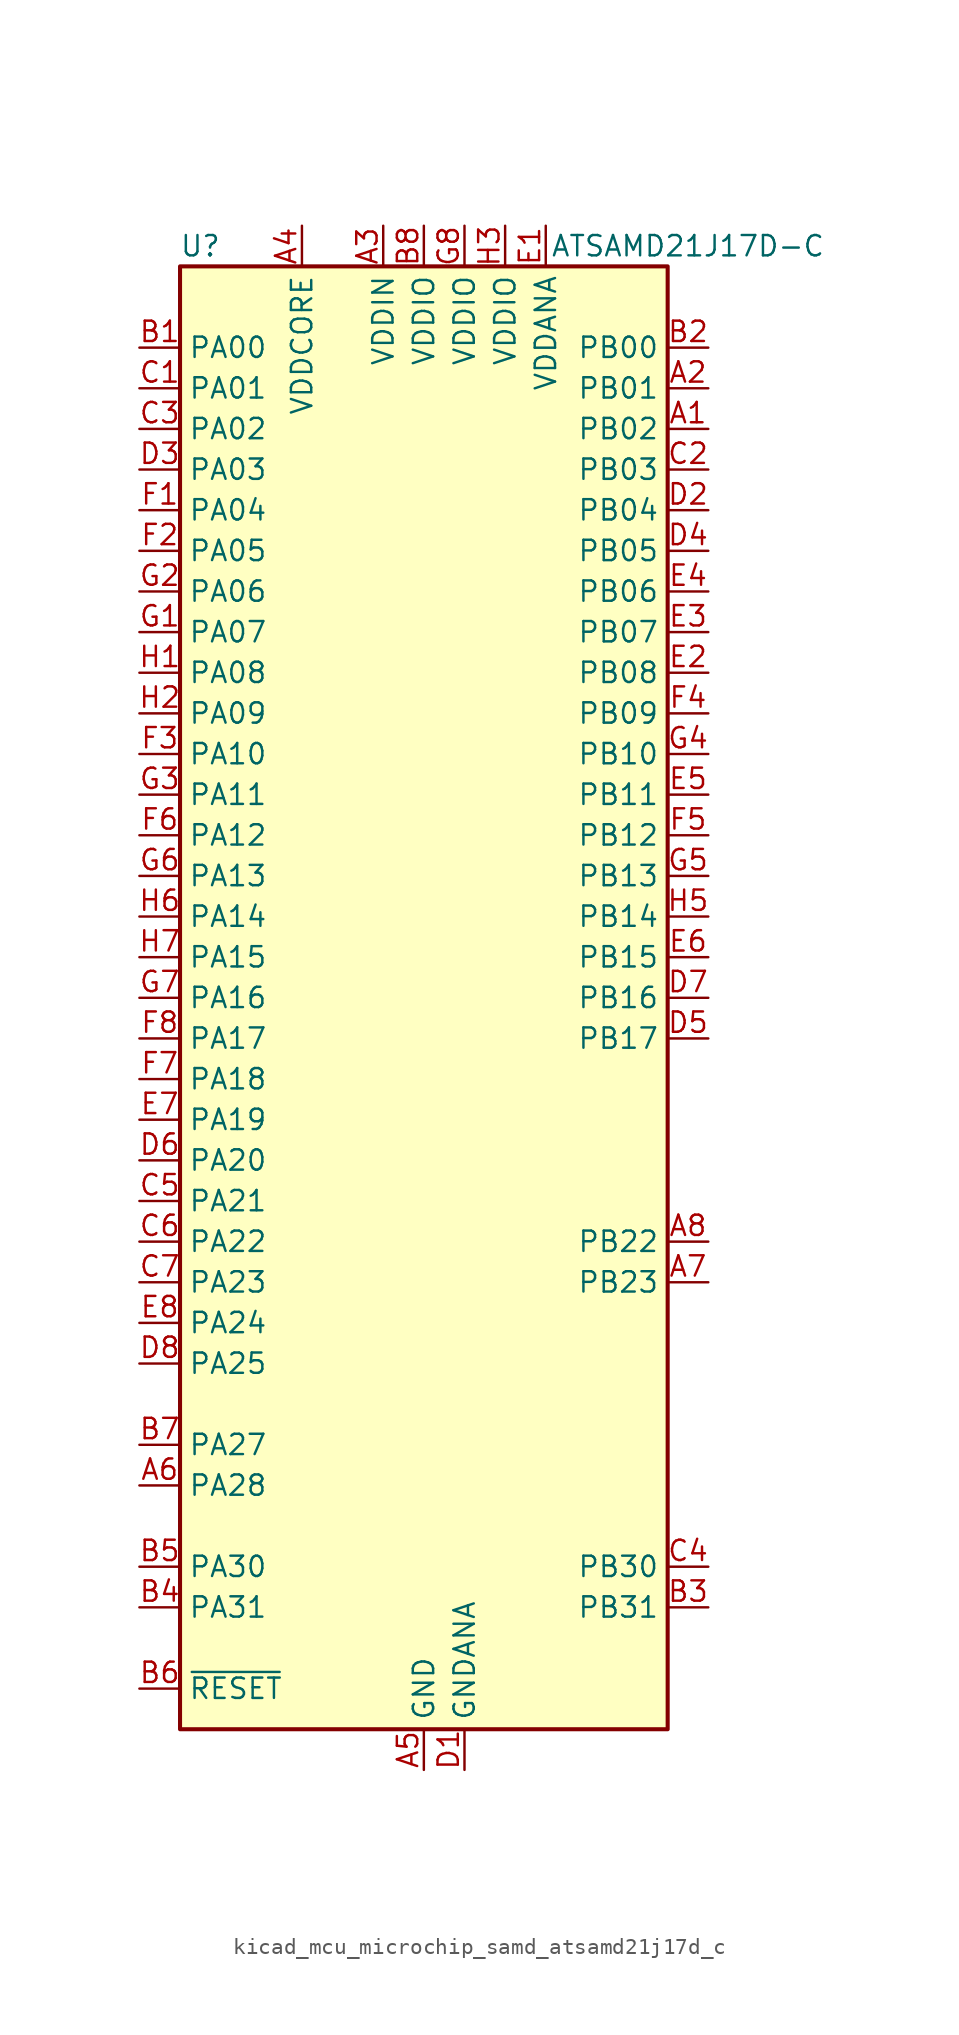
<source format=kicad_sym>
(kicad_symbol_lib
  (version 20220914)
  (generator kicad_symbol_editor)
  (symbol "kicad_mcu_microchip_samd_atsamd21j17d_c"
    (property "Reference" "U"
      (at -13.97 46.99 0)
      (effects (font (size 1.27 1.27))))
    (property "Value" "ATSAMD21J17D-C"
      (at 16.51 46.99 0)
      (effects (font (size 1.27 1.27))))
    (symbol "kicad_mcu_microchip_samd_atsamd21j17d_c_0_1"
      (rectangle (start -15.24 45.72) (end 15.24 -45.72) (stroke (width 0.254) (type default)) (fill (type background))))
    (symbol "kicad_mcu_microchip_samd_atsamd21j17d_c_1_1"
      (pin bidirectional line (at 17.78 35.56 180) (length 2.54) (name "PB02" (effects (font (size 1.27 1.27)))) (number "A1" (effects (font (size 1.27 1.27)))))
      (pin bidirectional line (at 17.78 38.1 180) (length 2.54) (name "PB01" (effects (font (size 1.27 1.27)))) (number "A2" (effects (font (size 1.27 1.27)))))
      (pin power_in line (at -2.54 48.26 270) (length 2.54) (name "VDDIN" (effects (font (size 1.27 1.27)))) (number "A3" (effects (font (size 1.27 1.27)))))
      (pin power_out line (at -7.62 48.26 270) (length 2.54) (name "VDDCORE" (effects (font (size 1.27 1.27)))) (number "A4" (effects (font (size 1.27 1.27)))))
      (pin power_in line (at 0 -48.26 90) (length 2.54) (name "GND" (effects (font (size 1.27 1.27)))) (number "A5" (effects (font (size 1.27 1.27)))))
      (pin bidirectional line (at -17.78 -30.48 0) (length 2.54) (name "PA28" (effects (font (size 1.27 1.27)))) (number "A6" (effects (font (size 1.27 1.27)))))
      (pin bidirectional line (at 17.78 -17.78 180) (length 2.54) (name "PB23" (effects (font (size 1.27 1.27)))) (number "A7" (effects (font (size 1.27 1.27)))))
      (pin bidirectional line (at 17.78 -15.24 180) (length 2.54) (name "PB22" (effects (font (size 1.27 1.27)))) (number "A8" (effects (font (size 1.27 1.27)))))
      (pin bidirectional line (at -17.78 40.64 0) (length 2.54) (name "PA00" (effects (font (size 1.27 1.27)))) (number "B1" (effects (font (size 1.27 1.27)))))
      (pin bidirectional line (at 17.78 40.64 180) (length 2.54) (name "PB00" (effects (font (size 1.27 1.27)))) (number "B2" (effects (font (size 1.27 1.27)))))
      (pin bidirectional line (at 17.78 -38.1 180) (length 2.54) (name "PB31" (effects (font (size 1.27 1.27)))) (number "B3" (effects (font (size 1.27 1.27)))))
      (pin bidirectional line (at -17.78 -38.1 0) (length 2.54) (name "PA31" (effects (font (size 1.27 1.27)))) (number "B4" (effects (font (size 1.27 1.27)))))
      (pin bidirectional line (at -17.78 -35.56 0) (length 2.54) (name "PA30" (effects (font (size 1.27 1.27)))) (number "B5" (effects (font (size 1.27 1.27)))))
      (pin input line (at -17.78 -43.18 0) (length 2.54) (name "~{RESET}" (effects (font (size 1.27 1.27)))) (number "B6" (effects (font (size 1.27 1.27)))))
      (pin bidirectional line (at -17.78 -27.94 0) (length 2.54) (name "PA27" (effects (font (size 1.27 1.27)))) (number "B7" (effects (font (size 1.27 1.27)))))
      (pin power_in line (at 0 48.26 270) (length 2.54) (name "VDDIO" (effects (font (size 1.27 1.27)))) (number "B8" (effects (font (size 1.27 1.27)))))
      (pin bidirectional line (at -17.78 38.1 0) (length 2.54) (name "PA01" (effects (font (size 1.27 1.27)))) (number "C1" (effects (font (size 1.27 1.27)))))
      (pin bidirectional line (at 17.78 33.02 180) (length 2.54) (name "PB03" (effects (font (size 1.27 1.27)))) (number "C2" (effects (font (size 1.27 1.27)))))
      (pin bidirectional line (at -17.78 35.56 0) (length 2.54) (name "PA02" (effects (font (size 1.27 1.27)))) (number "C3" (effects (font (size 1.27 1.27)))))
      (pin bidirectional line (at 17.78 -35.56 180) (length 2.54) (name "PB30" (effects (font (size 1.27 1.27)))) (number "C4" (effects (font (size 1.27 1.27)))))
      (pin bidirectional line (at -17.78 -12.7 0) (length 2.54) (name "PA21" (effects (font (size 1.27 1.27)))) (number "C5" (effects (font (size 1.27 1.27)))))
      (pin bidirectional line (at -17.78 -15.24 0) (length 2.54) (name "PA22" (effects (font (size 1.27 1.27)))) (number "C6" (effects (font (size 1.27 1.27)))))
      (pin bidirectional line (at -17.78 -17.78 0) (length 2.54) (name "PA23" (effects (font (size 1.27 1.27)))) (number "C7" (effects (font (size 1.27 1.27)))))
      (pin passive line (at 0 -48.26 90) (length 2.54) hide (name "GND" (effects (font (size 1.27 1.27)))) (number "C8" (effects (font (size 1.27 1.27)))))
      (pin power_in line (at 2.54 -48.26 90) (length 2.54) (name "GNDANA" (effects (font (size 1.27 1.27)))) (number "D1" (effects (font (size 1.27 1.27)))))
      (pin bidirectional line (at 17.78 30.48 180) (length 2.54) (name "PB04" (effects (font (size 1.27 1.27)))) (number "D2" (effects (font (size 1.27 1.27)))))
      (pin bidirectional line (at -17.78 33.02 0) (length 2.54) (name "PA03" (effects (font (size 1.27 1.27)))) (number "D3" (effects (font (size 1.27 1.27)))))
      (pin bidirectional line (at 17.78 27.94 180) (length 2.54) (name "PB05" (effects (font (size 1.27 1.27)))) (number "D4" (effects (font (size 1.27 1.27)))))
      (pin bidirectional line (at 17.78 -2.54 180) (length 2.54) (name "PB17" (effects (font (size 1.27 1.27)))) (number "D5" (effects (font (size 1.27 1.27)))))
      (pin bidirectional line (at -17.78 -10.16 0) (length 2.54) (name "PA20" (effects (font (size 1.27 1.27)))) (number "D6" (effects (font (size 1.27 1.27)))))
      (pin bidirectional line (at 17.78 0 180) (length 2.54) (name "PB16" (effects (font (size 1.27 1.27)))) (number "D7" (effects (font (size 1.27 1.27)))))
      (pin bidirectional line (at -17.78 -22.86 0) (length 2.54) (name "PA25" (effects (font (size 1.27 1.27)))) (number "D8" (effects (font (size 1.27 1.27)))))
      (pin power_in line (at 7.62 48.26 270) (length 2.54) (name "VDDANA" (effects (font (size 1.27 1.27)))) (number "E1" (effects (font (size 1.27 1.27)))))
      (pin bidirectional line (at 17.78 20.32 180) (length 2.54) (name "PB08" (effects (font (size 1.27 1.27)))) (number "E2" (effects (font (size 1.27 1.27)))))
      (pin bidirectional line (at 17.78 22.86 180) (length 2.54) (name "PB07" (effects (font (size 1.27 1.27)))) (number "E3" (effects (font (size 1.27 1.27)))))
      (pin bidirectional line (at 17.78 25.4 180) (length 2.54) (name "PB06" (effects (font (size 1.27 1.27)))) (number "E4" (effects (font (size 1.27 1.27)))))
      (pin bidirectional line (at 17.78 12.7 180) (length 2.54) (name "PB11" (effects (font (size 1.27 1.27)))) (number "E5" (effects (font (size 1.27 1.27)))))
      (pin bidirectional line (at 17.78 2.54 180) (length 2.54) (name "PB15" (effects (font (size 1.27 1.27)))) (number "E6" (effects (font (size 1.27 1.27)))))
      (pin bidirectional line (at -17.78 -7.62 0) (length 2.54) (name "PA19" (effects (font (size 1.27 1.27)))) (number "E7" (effects (font (size 1.27 1.27)))))
      (pin bidirectional line (at -17.78 -20.32 0) (length 2.54) (name "PA24" (effects (font (size 1.27 1.27)))) (number "E8" (effects (font (size 1.27 1.27)))))
      (pin bidirectional line (at -17.78 30.48 0) (length 2.54) (name "PA04" (effects (font (size 1.27 1.27)))) (number "F1" (effects (font (size 1.27 1.27)))))
      (pin bidirectional line (at -17.78 27.94 0) (length 2.54) (name "PA05" (effects (font (size 1.27 1.27)))) (number "F2" (effects (font (size 1.27 1.27)))))
      (pin bidirectional line (at -17.78 15.24 0) (length 2.54) (name "PA10" (effects (font (size 1.27 1.27)))) (number "F3" (effects (font (size 1.27 1.27)))))
      (pin bidirectional line (at 17.78 17.78 180) (length 2.54) (name "PB09" (effects (font (size 1.27 1.27)))) (number "F4" (effects (font (size 1.27 1.27)))))
      (pin bidirectional line (at 17.78 10.16 180) (length 2.54) (name "PB12" (effects (font (size 1.27 1.27)))) (number "F5" (effects (font (size 1.27 1.27)))))
      (pin bidirectional line (at -17.78 10.16 0) (length 2.54) (name "PA12" (effects (font (size 1.27 1.27)))) (number "F6" (effects (font (size 1.27 1.27)))))
      (pin bidirectional line (at -17.78 -5.08 0) (length 2.54) (name "PA18" (effects (font (size 1.27 1.27)))) (number "F7" (effects (font (size 1.27 1.27)))))
      (pin bidirectional line (at -17.78 -2.54 0) (length 2.54) (name "PA17" (effects (font (size 1.27 1.27)))) (number "F8" (effects (font (size 1.27 1.27)))))
      (pin bidirectional line (at -17.78 22.86 0) (length 2.54) (name "PA07" (effects (font (size 1.27 1.27)))) (number "G1" (effects (font (size 1.27 1.27)))))
      (pin bidirectional line (at -17.78 25.4 0) (length 2.54) (name "PA06" (effects (font (size 1.27 1.27)))) (number "G2" (effects (font (size 1.27 1.27)))))
      (pin bidirectional line (at -17.78 12.7 0) (length 2.54) (name "PA11" (effects (font (size 1.27 1.27)))) (number "G3" (effects (font (size 1.27 1.27)))))
      (pin bidirectional line (at 17.78 15.24 180) (length 2.54) (name "PB10" (effects (font (size 1.27 1.27)))) (number "G4" (effects (font (size 1.27 1.27)))))
      (pin bidirectional line (at 17.78 7.62 180) (length 2.54) (name "PB13" (effects (font (size 1.27 1.27)))) (number "G5" (effects (font (size 1.27 1.27)))))
      (pin bidirectional line (at -17.78 7.62 0) (length 2.54) (name "PA13" (effects (font (size 1.27 1.27)))) (number "G6" (effects (font (size 1.27 1.27)))))
      (pin bidirectional line (at -17.78 0 0) (length 2.54) (name "PA16" (effects (font (size 1.27 1.27)))) (number "G7" (effects (font (size 1.27 1.27)))))
      (pin power_in line (at 2.54 48.26 270) (length 2.54) (name "VDDIO" (effects (font (size 1.27 1.27)))) (number "G8" (effects (font (size 1.27 1.27)))))
      (pin bidirectional line (at -17.78 20.32 0) (length 2.54) (name "PA08" (effects (font (size 1.27 1.27)))) (number "H1" (effects (font (size 1.27 1.27)))))
      (pin bidirectional line (at -17.78 17.78 0) (length 2.54) (name "PA09" (effects (font (size 1.27 1.27)))) (number "H2" (effects (font (size 1.27 1.27)))))
      (pin power_in line (at 5.08 48.26 270) (length 2.54) (name "VDDIO" (effects (font (size 1.27 1.27)))) (number "H3" (effects (font (size 1.27 1.27)))))
      (pin passive line (at 0 -48.26 90) (length 2.54) hide (name "GND" (effects (font (size 1.27 1.27)))) (number "H4" (effects (font (size 1.27 1.27)))))
      (pin bidirectional line (at 17.78 5.08 180) (length 2.54) (name "PB14" (effects (font (size 1.27 1.27)))) (number "H5" (effects (font (size 1.27 1.27)))))
      (pin bidirectional line (at -17.78 5.08 0) (length 2.54) (name "PA14" (effects (font (size 1.27 1.27)))) (number "H6" (effects (font (size 1.27 1.27)))))
      (pin bidirectional line (at -17.78 2.54 0) (length 2.54) (name "PA15" (effects (font (size 1.27 1.27)))) (number "H7" (effects (font (size 1.27 1.27)))))
      (pin passive line (at 0 -48.26 90) (length 2.54) hide (name "GND" (effects (font (size 1.27 1.27)))) (number "H8" (effects (font (size 1.27 1.27))))))))
</source>
